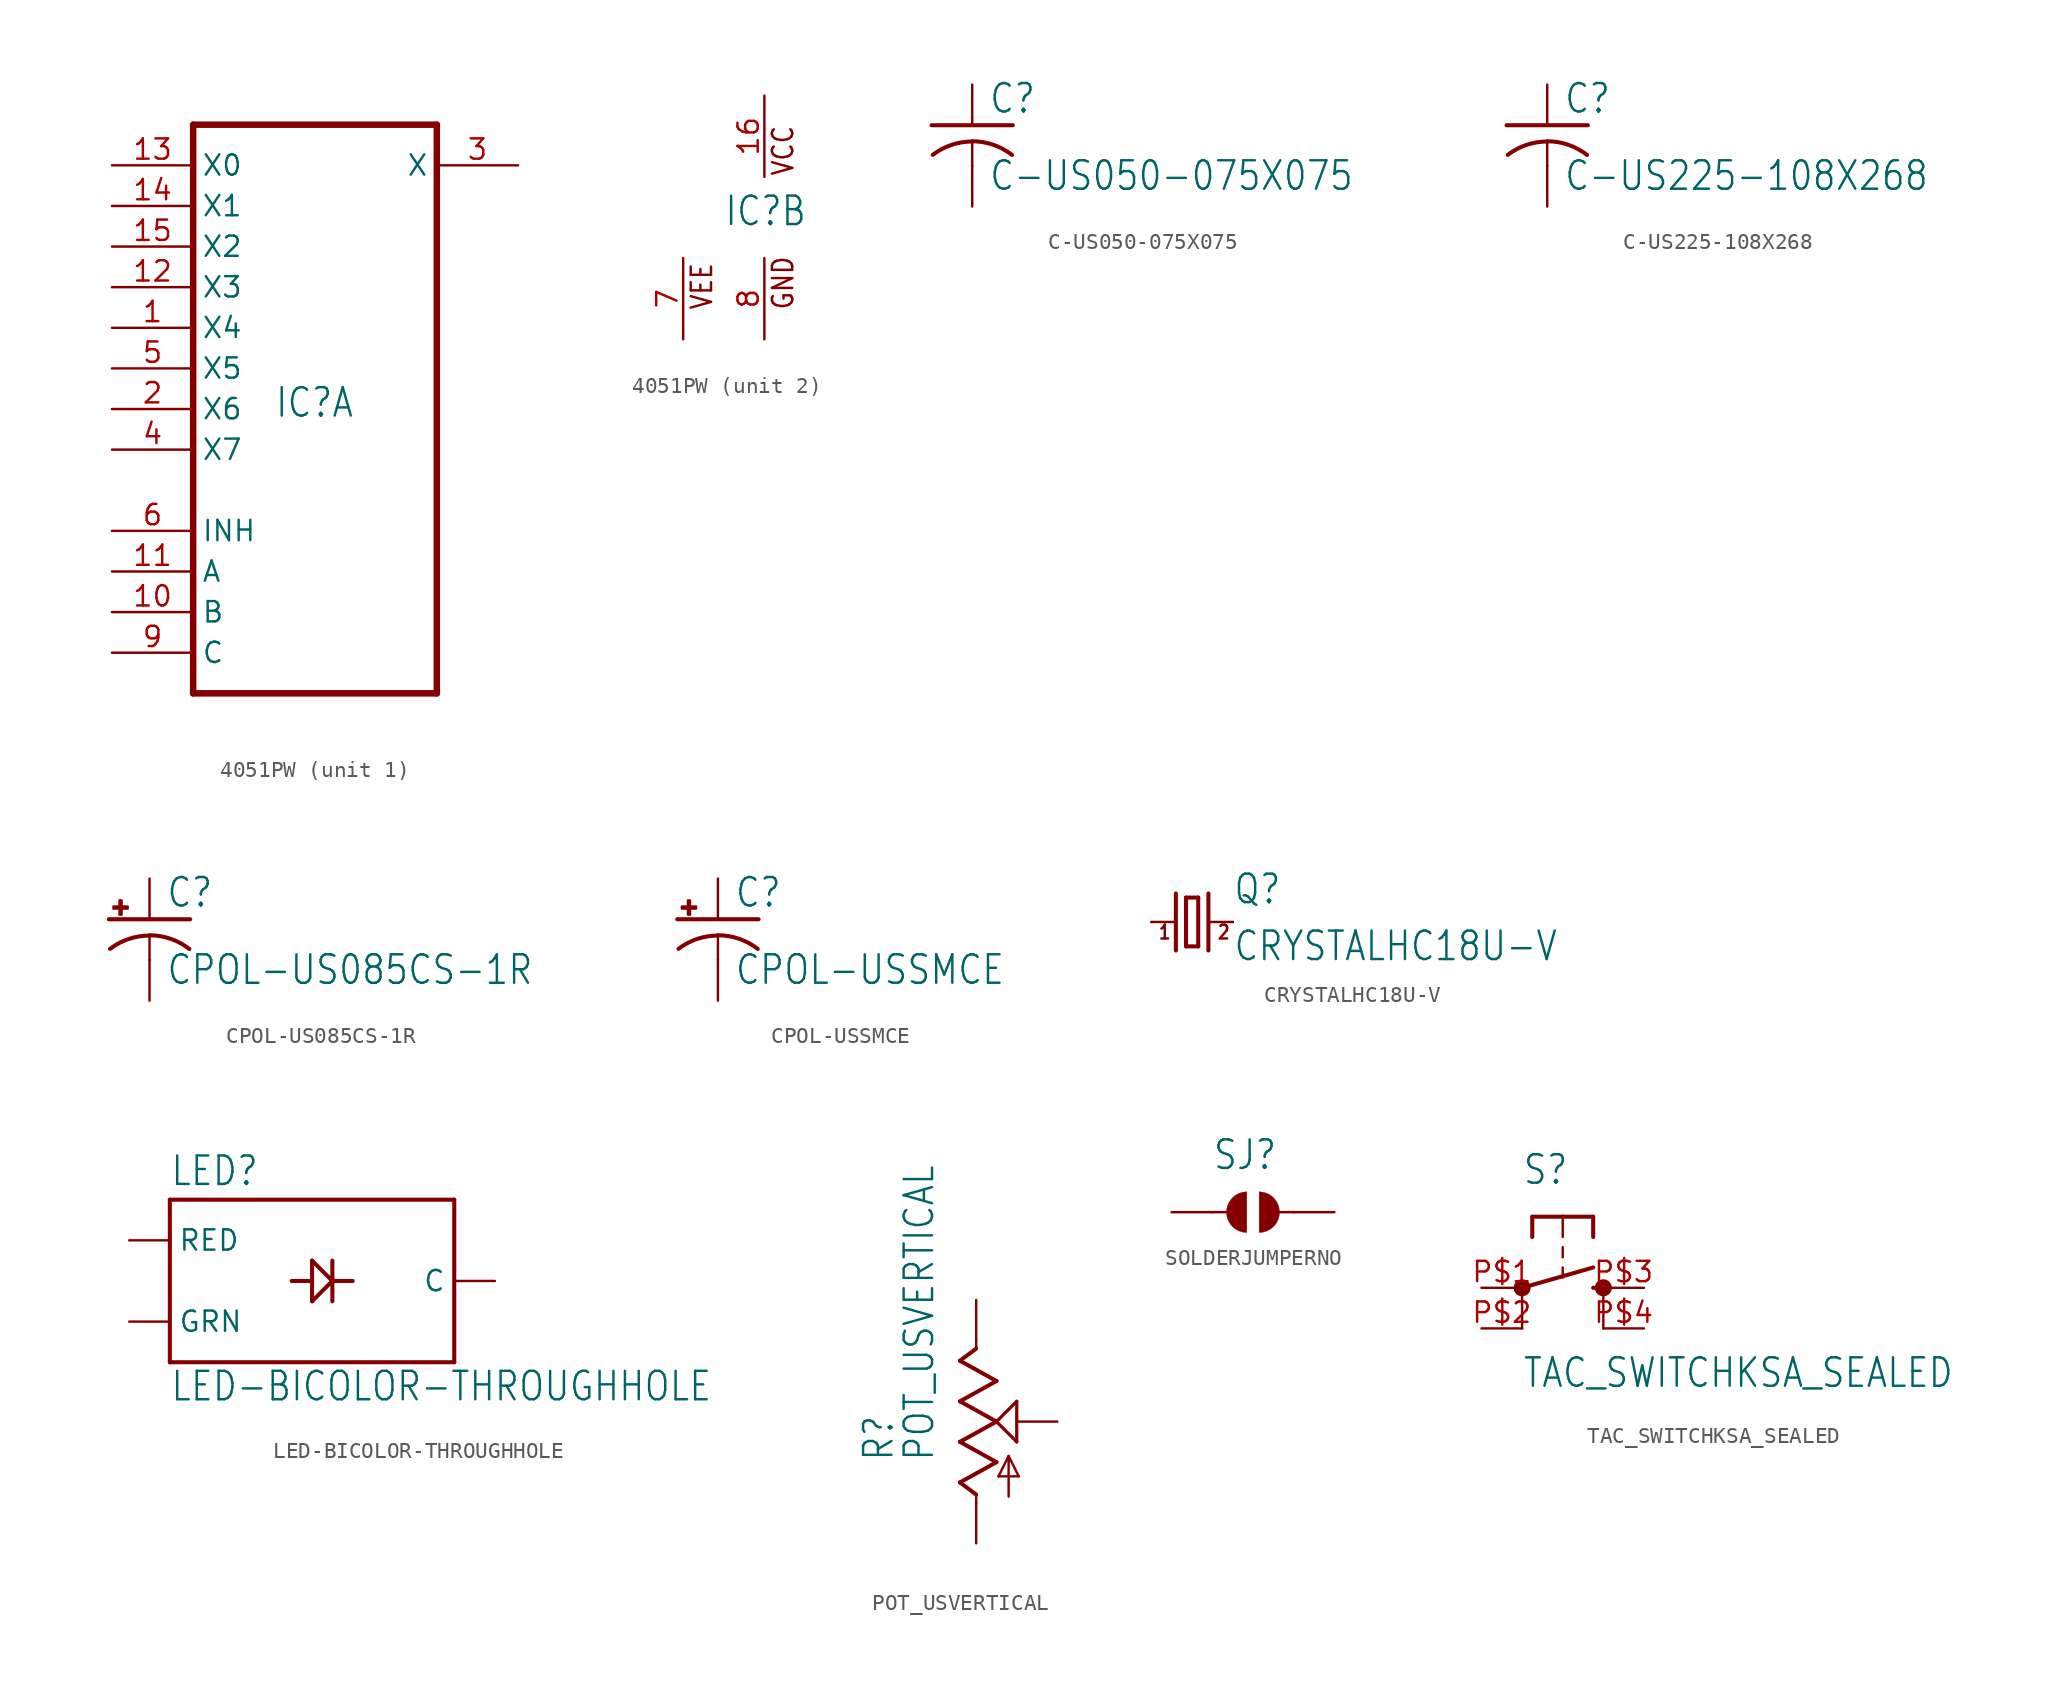
<source format=kicad_sym>
(kicad_symbol_lib
  (version 20211014)
  (generator kicad_symbol_editor)
  (symbol "4051PW"
    (property "Reference" "IC"
      (at -2.54 -0.635 0)
      (effects (font (size 1.778 1.511)) (justify left bottom)))
    (property "ki_locked" ""
      (at 0 0 0)
      (effects (font (size 1.27 1.27))))
    (symbol "4051PW_1_0"
      (polyline (pts (xy -7.62 -17.78) (xy 7.62 -17.78)) (stroke (width 0.406) (type default) (color 0 0 0 0)) (fill (type none)))
      (polyline (pts (xy -7.62 17.78) (xy -7.62 -17.78)) (stroke (width 0.406) (type default) (color 0 0 0 0)) (fill (type none)))
      (polyline (pts (xy 7.62 -17.78) (xy 7.62 17.78)) (stroke (width 0.406) (type default) (color 0 0 0 0)) (fill (type none)))
      (polyline (pts (xy 7.62 17.78) (xy -7.62 17.78)) (stroke (width 0.406) (type default) (color 0 0 0 0)) (fill (type none)))
      (pin bidirectional line (at -12.7 5.08 0) (length 5.08) (name "X4" (effects (font (size 1.27 1.27)))) (number "1" (effects (font (size 1.27 1.27)))))
      (pin input line (at -12.7 -12.7 0) (length 5.08) (name "B" (effects (font (size 1.27 1.27)))) (number "10" (effects (font (size 1.27 1.27)))))
      (pin input line (at -12.7 -10.16 0) (length 5.08) (name "A" (effects (font (size 1.27 1.27)))) (number "11" (effects (font (size 1.27 1.27)))))
      (pin bidirectional line (at -12.7 7.62 0) (length 5.08) (name "X3" (effects (font (size 1.27 1.27)))) (number "12" (effects (font (size 1.27 1.27)))))
      (pin bidirectional line (at -12.7 15.24 0) (length 5.08) (name "X0" (effects (font (size 1.27 1.27)))) (number "13" (effects (font (size 1.27 1.27)))))
      (pin bidirectional line (at -12.7 12.7 0) (length 5.08) (name "X1" (effects (font (size 1.27 1.27)))) (number "14" (effects (font (size 1.27 1.27)))))
      (pin bidirectional line (at -12.7 10.16 0) (length 5.08) (name "X2" (effects (font (size 1.27 1.27)))) (number "15" (effects (font (size 1.27 1.27)))))
      (pin bidirectional line (at -12.7 0 0) (length 5.08) (name "X6" (effects (font (size 1.27 1.27)))) (number "2" (effects (font (size 1.27 1.27)))))
      (pin bidirectional line (at 12.7 15.24 180) (length 5.08) (name "X" (effects (font (size 1.27 1.27)))) (number "3" (effects (font (size 1.27 1.27)))))
      (pin bidirectional line (at -12.7 -2.54 0) (length 5.08) (name "X7" (effects (font (size 1.27 1.27)))) (number "4" (effects (font (size 1.27 1.27)))))
      (pin bidirectional line (at -12.7 2.54 0) (length 5.08) (name "X5" (effects (font (size 1.27 1.27)))) (number "5" (effects (font (size 1.27 1.27)))))
      (pin input line (at -12.7 -7.62 0) (length 5.08) (name "INH" (effects (font (size 1.27 1.27)))) (number "6" (effects (font (size 1.27 1.27)))))
      (pin input line (at -12.7 -15.24 0) (length 5.08) (name "C" (effects (font (size 1.27 1.27)))) (number "9" (effects (font (size 1.27 1.27))))))
    (symbol "4051PW_2_0"
      (text "GND" (at 1.905 -5.842 900) (effects (font (size 1.27 1.079)) (justify left bottom)))
      (text "VCC" (at 1.905 2.54 900) (effects (font (size 1.27 1.079)) (justify left bottom)))
      (text "VEE" (at -3.175 -5.842 900) (effects (font (size 1.27 1.079)) (justify left bottom)))
      (pin power_in line (at 0 7.62 270) (length 5.08) (name "VCC" (effects (font (size 0 0)))) (number "16" (effects (font (size 1.27 1.27)))))
      (pin power_in line (at -5.08 -7.62 90) (length 5.08) (name "VEE" (effects (font (size 0 0)))) (number "7" (effects (font (size 1.27 1.27)))))
      (pin power_in line (at 0 -7.62 90) (length 5.08) (name "GND" (effects (font (size 0 0)))) (number "8" (effects (font (size 1.27 1.27)))))))
  (symbol "C-US050-075X075"
    (property "Reference" "C"
      (at 1.016 0.635 0)
      (effects (font (size 1.778 1.511)) (justify left bottom)))
    (property "Value" "C-US050-075X075"
      (at 1.016 -4.191 0)
      (effects (font (size 1.778 1.511)) (justify left bottom)))
    (property "ki_locked" ""
      (at 0 0 0)
      (effects (font (size 1.27 1.27))))
    (symbol "C-US050-075X075_1_0"
      (arc (start 0 -1.0161) (mid -1.302 -1.2303) (end -2.4668 -1.8504) (stroke (width 0.254) (type default) (color 0 0 0 0)) (fill (type none)))
      (polyline (pts (xy -2.54 0) (xy 2.54 0)) (stroke (width 0.254) (type default) (color 0 0 0 0)) (fill (type none)))
      (polyline (pts (xy 0 -1.016) (xy 0 -2.54)) (stroke (width 0.152) (type default) (color 0 0 0 0)) (fill (type none)))
      (arc (start 2.4892 -1.8542) (mid 1.3158 -1.2195) (end 0 -1) (stroke (width 0.254) (type default) (color 0 0 0 0)) (fill (type none)))
      (pin passive line (at 0 2.54 270) (length 2.54) (name "1" (effects (font (size 0 0)))) (number "1" (effects (font (size 0 0)))))
      (pin passive line (at 0 -5.08 90) (length 2.54) (name "2" (effects (font (size 0 0)))) (number "2" (effects (font (size 0 0)))))))
  (symbol "C-US225-108X268"
    (property "Reference" "C"
      (at 1.016 0.635 0)
      (effects (font (size 1.778 1.511)) (justify left bottom)))
    (property "Value" "C-US225-108X268"
      (at 1.016 -4.191 0)
      (effects (font (size 1.778 1.511)) (justify left bottom)))
    (property "ki_locked" ""
      (at 0 0 0)
      (effects (font (size 1.27 1.27))))
    (symbol "C-US225-108X268_1_0"
      (arc (start 0 -1.0161) (mid -1.302 -1.2303) (end -2.4668 -1.8504) (stroke (width 0.254) (type default) (color 0 0 0 0)) (fill (type none)))
      (polyline (pts (xy -2.54 0) (xy 2.54 0)) (stroke (width 0.254) (type default) (color 0 0 0 0)) (fill (type none)))
      (polyline (pts (xy 0 -1.016) (xy 0 -2.54)) (stroke (width 0.152) (type default) (color 0 0 0 0)) (fill (type none)))
      (arc (start 2.4892 -1.8542) (mid 1.3158 -1.2195) (end 0 -1) (stroke (width 0.254) (type default) (color 0 0 0 0)) (fill (type none)))
      (pin passive line (at 0 2.54 270) (length 2.54) (name "1" (effects (font (size 0 0)))) (number "1" (effects (font (size 0 0)))))
      (pin passive line (at 0 -5.08 90) (length 2.54) (name "2" (effects (font (size 0 0)))) (number "2" (effects (font (size 0 0)))))))
  (symbol "CPOL-US085CS-1R"
    (property "Reference" "C"
      (at 1.016 0.635 0)
      (effects (font (size 1.778 1.511)) (justify left bottom)))
    (property "Value" "CPOL-US085CS-1R"
      (at 1.016 -4.191 0)
      (effects (font (size 1.778 1.511)) (justify left bottom)))
    (property "ki_locked" ""
      (at 0 0 0)
      (effects (font (size 1.27 1.27))))
    (symbol "CPOL-US085CS-1R_1_0"
      (rectangle (start -2.253 0.668) (end -1.364 0.795) (stroke (width 0) (type default) (color 0 0 0 0)) (fill (type outline)))
      (rectangle (start -1.872 0.287) (end -1.745 1.176) (stroke (width 0) (type default) (color 0 0 0 0)) (fill (type outline)))
      (arc (start 0 -1.0161) (mid -1.3021 -1.2302) (end -2.4669 -1.8504) (stroke (width 0.254) (type default) (color 0 0 0 0)) (fill (type none)))
      (polyline (pts (xy -2.54 0) (xy 2.54 0)) (stroke (width 0.254) (type default) (color 0 0 0 0)) (fill (type none)))
      (polyline (pts (xy 0 -1.016) (xy 0 -2.54)) (stroke (width 0.152) (type default) (color 0 0 0 0)) (fill (type none)))
      (arc (start 2.4892 -1.8542) (mid 1.3158 -1.2195) (end 0 -1) (stroke (width 0.254) (type default) (color 0 0 0 0)) (fill (type none)))
      (pin passive line (at 0 2.54 270) (length 2.54) (name "+" (effects (font (size 0 0)))) (number "+" (effects (font (size 0 0)))))
      (pin passive line (at 0 -5.08 90) (length 2.54) (name "-" (effects (font (size 0 0)))) (number "-" (effects (font (size 0 0)))))))
  (symbol "CPOL-USSMCE"
    (property "Reference" "C"
      (at 1.016 0.635 0)
      (effects (font (size 1.778 1.511)) (justify left bottom)))
    (property "Value" "CPOL-USSMCE"
      (at 1.016 -4.191 0)
      (effects (font (size 1.778 1.511)) (justify left bottom)))
    (property "ki_locked" ""
      (at 0 0 0)
      (effects (font (size 1.27 1.27))))
    (symbol "CPOL-USSMCE_1_0"
      (rectangle (start -2.253 0.668) (end -1.364 0.795) (stroke (width 0) (type default) (color 0 0 0 0)) (fill (type outline)))
      (rectangle (start -1.872 0.287) (end -1.745 1.176) (stroke (width 0) (type default) (color 0 0 0 0)) (fill (type outline)))
      (arc (start 0 -1.0161) (mid -1.3021 -1.2302) (end -2.4669 -1.8504) (stroke (width 0.254) (type default) (color 0 0 0 0)) (fill (type none)))
      (polyline (pts (xy -2.54 0) (xy 2.54 0)) (stroke (width 0.254) (type default) (color 0 0 0 0)) (fill (type none)))
      (polyline (pts (xy 0 -1.016) (xy 0 -2.54)) (stroke (width 0.152) (type default) (color 0 0 0 0)) (fill (type none)))
      (arc (start 2.4892 -1.8542) (mid 1.3158 -1.2195) (end 0 -1) (stroke (width 0.254) (type default) (color 0 0 0 0)) (fill (type none)))
      (pin passive line (at 0 2.54 270) (length 2.54) (name "+" (effects (font (size 0 0)))) (number "+" (effects (font (size 0 0)))))
      (pin passive line (at 0 -5.08 90) (length 2.54) (name "-" (effects (font (size 0 0)))) (number "-" (effects (font (size 0 0)))))))
  (symbol "CRYSTALHC18U-V"
    (property "Reference" "Q"
      (at 2.54 1.016 0)
      (effects (font (size 1.778 1.511)) (justify left bottom)))
    (property "Value" "CRYSTALHC18U-V"
      (at 2.54 -2.54 0)
      (effects (font (size 1.778 1.511)) (justify left bottom)))
    (property "ki_locked" ""
      (at 0 0 0)
      (effects (font (size 1.27 1.27))))
    (symbol "CRYSTALHC18U-V_1_0"
      (polyline (pts (xy -2.54 0) (xy -1.016 0)) (stroke (width 0.152) (type default) (color 0 0 0 0)) (fill (type none)))
      (polyline (pts (xy -1.016 1.778) (xy -1.016 -1.778)) (stroke (width 0.254) (type default) (color 0 0 0 0)) (fill (type none)))
      (polyline (pts (xy -0.381 -1.524) (xy 0.381 -1.524)) (stroke (width 0.254) (type default) (color 0 0 0 0)) (fill (type none)))
      (polyline (pts (xy -0.381 1.524) (xy -0.381 -1.524)) (stroke (width 0.254) (type default) (color 0 0 0 0)) (fill (type none)))
      (polyline (pts (xy 0.381 -1.524) (xy 0.381 1.524)) (stroke (width 0.254) (type default) (color 0 0 0 0)) (fill (type none)))
      (polyline (pts (xy 0.381 1.524) (xy -0.381 1.524)) (stroke (width 0.254) (type default) (color 0 0 0 0)) (fill (type none)))
      (polyline (pts (xy 1.016 0) (xy 2.54 0)) (stroke (width 0.152) (type default) (color 0 0 0 0)) (fill (type none)))
      (polyline (pts (xy 1.016 1.778) (xy 1.016 -1.778)) (stroke (width 0.254) (type default) (color 0 0 0 0)) (fill (type none)))
      (text "1" (at -2.159 -1.143 0) (effects (font (size 0.864 0.734)) (justify left bottom)))
      (text "2" (at 1.524 -1.143 0) (effects (font (size 0.864 0.734)) (justify left bottom)))
      (pin passive line (at -2.54 0 0) (length 0) (name "1" (effects (font (size 0 0)))) (number "1" (effects (font (size 0 0)))))
      (pin passive line (at 2.54 0 180) (length 0) (name "2" (effects (font (size 0 0)))) (number "2" (effects (font (size 0 0)))))))
  (symbol "LED-BICOLOR-THROUGHHOLE"
    (property "Reference" "LED"
      (at -7.62 5.842 0)
      (effects (font (size 1.778 1.511)) (justify left bottom)))
    (property "Value" "LED-BICOLOR-THROUGHHOLE"
      (at -7.62 -7.62 0)
      (effects (font (size 1.778 1.511)) (justify left bottom)))
    (property "ki_locked" ""
      (at 0 0 0)
      (effects (font (size 1.27 1.27))))
    (symbol "LED-BICOLOR-THROUGHHOLE_1_0"
      (polyline (pts (xy -7.62 -5.08) (xy -7.62 5.08)) (stroke (width 0.254) (type default) (color 0 0 0 0)) (fill (type none)))
      (polyline (pts (xy -7.62 5.08) (xy 10.16 5.08)) (stroke (width 0.254) (type default) (color 0 0 0 0)) (fill (type none)))
      (polyline (pts (xy 1.27 -1.27) (xy 2.54 0)) (stroke (width 0.254) (type default) (color 0 0 0 0)) (fill (type none)))
      (polyline (pts (xy 1.27 0) (xy 0 0)) (stroke (width 0.254) (type default) (color 0 0 0 0)) (fill (type none)))
      (polyline (pts (xy 1.27 0) (xy 1.27 -1.27)) (stroke (width 0.254) (type default) (color 0 0 0 0)) (fill (type none)))
      (polyline (pts (xy 1.27 1.27) (xy 1.27 0)) (stroke (width 0.254) (type default) (color 0 0 0 0)) (fill (type none)))
      (polyline (pts (xy 2.54 0) (xy 1.27 1.27)) (stroke (width 0.254) (type default) (color 0 0 0 0)) (fill (type none)))
      (polyline (pts (xy 2.54 0) (xy 2.54 -1.27)) (stroke (width 0.254) (type default) (color 0 0 0 0)) (fill (type none)))
      (polyline (pts (xy 2.54 0) (xy 3.81 0)) (stroke (width 0.254) (type default) (color 0 0 0 0)) (fill (type none)))
      (polyline (pts (xy 2.54 1.27) (xy 2.54 0)) (stroke (width 0.254) (type default) (color 0 0 0 0)) (fill (type none)))
      (polyline (pts (xy 10.16 -5.08) (xy -7.62 -5.08)) (stroke (width 0.254) (type default) (color 0 0 0 0)) (fill (type none)))
      (polyline (pts (xy 10.16 5.08) (xy 10.16 -5.08)) (stroke (width 0.254) (type default) (color 0 0 0 0)) (fill (type none)))
      (pin bidirectional line (at -10.16 -2.54 0) (length 2.54) (name "GRN" (effects (font (size 1.27 1.27)))) (number "1" (effects (font (size 0 0)))))
      (pin bidirectional line (at 12.7 0 180) (length 2.54) (name "C" (effects (font (size 1.27 1.27)))) (number "2" (effects (font (size 0 0)))))
      (pin bidirectional line (at -10.16 2.54 0) (length 2.54) (name "RED" (effects (font (size 1.27 1.27)))) (number "3" (effects (font (size 0 0)))))))
  (symbol "POT_USVERTICAL"
    (property "Reference" "R"
      (at -5.08 -2.54 90)
      (effects (font (size 1.778 1.511)) (justify left bottom)))
    (property "Value" "POT_USVERTICAL"
      (at -2.54 -2.54 90)
      (effects (font (size 1.778 1.511)) (justify left bottom)))
    (property "ki_locked" ""
      (at 0 0 0)
      (effects (font (size 1.27 1.27))))
    (symbol "POT_USVERTICAL_1_0"
      (polyline (pts (xy -1.016 -3.81) (xy 1.27 -2.54)) (stroke (width 0.254) (type default) (color 0 0 0 0)) (fill (type none)))
      (polyline (pts (xy -1.016 -1.27) (xy 1.27 0)) (stroke (width 0.254) (type default) (color 0 0 0 0)) (fill (type none)))
      (polyline (pts (xy -1.016 1.27) (xy 1.27 2.54)) (stroke (width 0.254) (type default) (color 0 0 0 0)) (fill (type none)))
      (polyline (pts (xy -1.016 3.81) (xy 0 4.572)) (stroke (width 0.254) (type default) (color 0 0 0 0)) (fill (type none)))
      (polyline (pts (xy 0 -5.08) (xy 0 -4.572)) (stroke (width 0.152) (type default) (color 0 0 0 0)) (fill (type none)))
      (polyline (pts (xy 0 -4.572) (xy -1.016 -3.81)) (stroke (width 0.254) (type default) (color 0 0 0 0)) (fill (type none)))
      (polyline (pts (xy 0 4.572) (xy 0 5.08)) (stroke (width 0.152) (type default) (color 0 0 0 0)) (fill (type none)))
      (polyline (pts (xy 1.27 -2.54) (xy -1.016 -1.27)) (stroke (width 0.254) (type default) (color 0 0 0 0)) (fill (type none)))
      (polyline (pts (xy 1.27 0) (xy -1.016 1.27)) (stroke (width 0.254) (type default) (color 0 0 0 0)) (fill (type none)))
      (polyline (pts (xy 1.27 0) (xy 2.54 1.27)) (stroke (width 0.203) (type default) (color 0 0 0 0)) (fill (type none)))
      (polyline (pts (xy 1.27 2.54) (xy -1.016 3.81)) (stroke (width 0.254) (type default) (color 0 0 0 0)) (fill (type none)))
      (polyline (pts (xy 1.397 -3.429) (xy 2.032 -2.159)) (stroke (width 0.152) (type default) (color 0 0 0 0)) (fill (type none)))
      (polyline (pts (xy 2.032 -4.699) (xy 2.032 -2.159)) (stroke (width 0.152) (type default) (color 0 0 0 0)) (fill (type none)))
      (polyline (pts (xy 2.032 -2.159) (xy 2.667 -3.429)) (stroke (width 0.152) (type default) (color 0 0 0 0)) (fill (type none)))
      (polyline (pts (xy 2.54 -1.27) (xy 1.27 0)) (stroke (width 0.203) (type default) (color 0 0 0 0)) (fill (type none)))
      (polyline (pts (xy 2.54 1.27) (xy 2.54 -1.27)) (stroke (width 0.203) (type default) (color 0 0 0 0)) (fill (type none)))
      (polyline (pts (xy 2.667 -3.429) (xy 1.397 -3.429)) (stroke (width 0.152) (type default) (color 0 0 0 0)) (fill (type none)))
      (pin passive line (at 0 7.62 270) (length 2.54) (name "E" (effects (font (size 0 0)))) (number "P$1" (effects (font (size 0 0)))))
      (pin passive line (at 5.08 0 180) (length 2.54) (name "S" (effects (font (size 0 0)))) (number "P$2" (effects (font (size 0 0)))))
      (pin passive line (at 0 -7.62 90) (length 2.54) (name "A" (effects (font (size 0 0)))) (number "P$3" (effects (font (size 0 0)))))))
  (symbol "SOLDERJUMPERNO"
    (property "Reference" "SJ"
      (at -2.54 2.54 0)
      (effects (font (size 1.778 1.511)) (justify left bottom)))
    (property "ki_locked" ""
      (at 0 0 0)
      (effects (font (size 1.27 1.27))))
    (symbol "SOLDERJUMPERNO_1_0"
      (arc (start -0.381 1.2699) (mid -1.6508 0) (end -0.381 -1.2699) (stroke (width 0.0001) (type default) (color 0 0 0 0)) (fill (type outline)))
      (polyline (pts (xy -2.54 0) (xy -1.651 0)) (stroke (width 0.152) (type default) (color 0 0 0 0)) (fill (type none)))
      (polyline (pts (xy 2.54 0) (xy 1.651 0)) (stroke (width 0.152) (type default) (color 0 0 0 0)) (fill (type none)))
      (arc (start 0.381 -1.2699) (mid 1.6508 0) (end 0.381 1.2699) (stroke (width 0.0001) (type default) (color 0 0 0 0)) (fill (type outline)))
      (pin passive line (at -5.08 0 0) (length 2.54) (name "1" (effects (font (size 0 0)))) (number "1" (effects (font (size 0 0)))))
      (pin passive line (at 5.08 0 180) (length 2.54) (name "2" (effects (font (size 0 0)))) (number "2" (effects (font (size 0 0)))))))
  (symbol "TAC_SWITCHKSA_SEALED"
    (property "Reference" "S"
      (at -2.54 6.35 0)
      (effects (font (size 1.778 1.511)) (justify left bottom)))
    (property "Value" "TAC_SWITCHKSA_SEALED"
      (at -2.54 -6.35 0)
      (effects (font (size 1.778 1.511)) (justify left bottom)))
    (property "ki_locked" ""
      (at 0 0 0)
      (effects (font (size 1.27 1.27))))
    (symbol "TAC_SWITCHKSA_SEALED_1_0"
      (circle (center -2.54 0) (radius 0.127) (stroke (width 0.406) (type default) (color 0 0 0 0)) (fill (type none)))
      (polyline (pts (xy -2.54 -2.54) (xy -2.54 0)) (stroke (width 0.152) (type default) (color 0 0 0 0)) (fill (type none)))
      (polyline (pts (xy -2.54 0) (xy 1.905 1.27)) (stroke (width 0.254) (type default) (color 0 0 0 0)) (fill (type none)))
      (polyline (pts (xy -1.905 4.445) (xy -1.905 3.175)) (stroke (width 0.254) (type default) (color 0 0 0 0)) (fill (type none)))
      (polyline (pts (xy 0 1.27) (xy 0 0.635)) (stroke (width 0.152) (type default) (color 0 0 0 0)) (fill (type none)))
      (polyline (pts (xy 0 2.54) (xy 0 1.905)) (stroke (width 0.152) (type default) (color 0 0 0 0)) (fill (type none)))
      (polyline (pts (xy 0 4.445) (xy -1.905 4.445)) (stroke (width 0.254) (type default) (color 0 0 0 0)) (fill (type none)))
      (polyline (pts (xy 0 4.445) (xy 0 3.175)) (stroke (width 0.152) (type default) (color 0 0 0 0)) (fill (type none)))
      (polyline (pts (xy 1.905 0) (xy 2.54 0)) (stroke (width 0.254) (type default) (color 0 0 0 0)) (fill (type none)))
      (polyline (pts (xy 1.905 4.445) (xy 0 4.445)) (stroke (width 0.254) (type default) (color 0 0 0 0)) (fill (type none)))
      (polyline (pts (xy 1.905 4.445) (xy 1.905 3.175)) (stroke (width 0.254) (type default) (color 0 0 0 0)) (fill (type none)))
      (polyline (pts (xy 2.54 -2.54) (xy 2.54 0)) (stroke (width 0.152) (type default) (color 0 0 0 0)) (fill (type none)))
      (circle (center 2.54 0) (radius 0.127) (stroke (width 0.406) (type default) (color 0 0 0 0)) (fill (type none)))
      (pin passive line (at -5.08 0 0) (length 2.54) (name "1" (effects (font (size 0 0)))) (number "P$1" (effects (font (size 1.27 1.27)))))
      (pin passive line (at -5.08 -2.54 0) (length 2.54) (name "2" (effects (font (size 0 0)))) (number "P$2" (effects (font (size 1.27 1.27)))))
      (pin passive line (at 5.08 0 180) (length 2.54) (name "3" (effects (font (size 0 0)))) (number "P$3" (effects (font (size 1.27 1.27)))))
      (pin passive line (at 5.08 -2.54 180) (length 2.54) (name "4" (effects (font (size 0 0)))) (number "P$4" (effects (font (size 1.27 1.27))))))))
</source>
